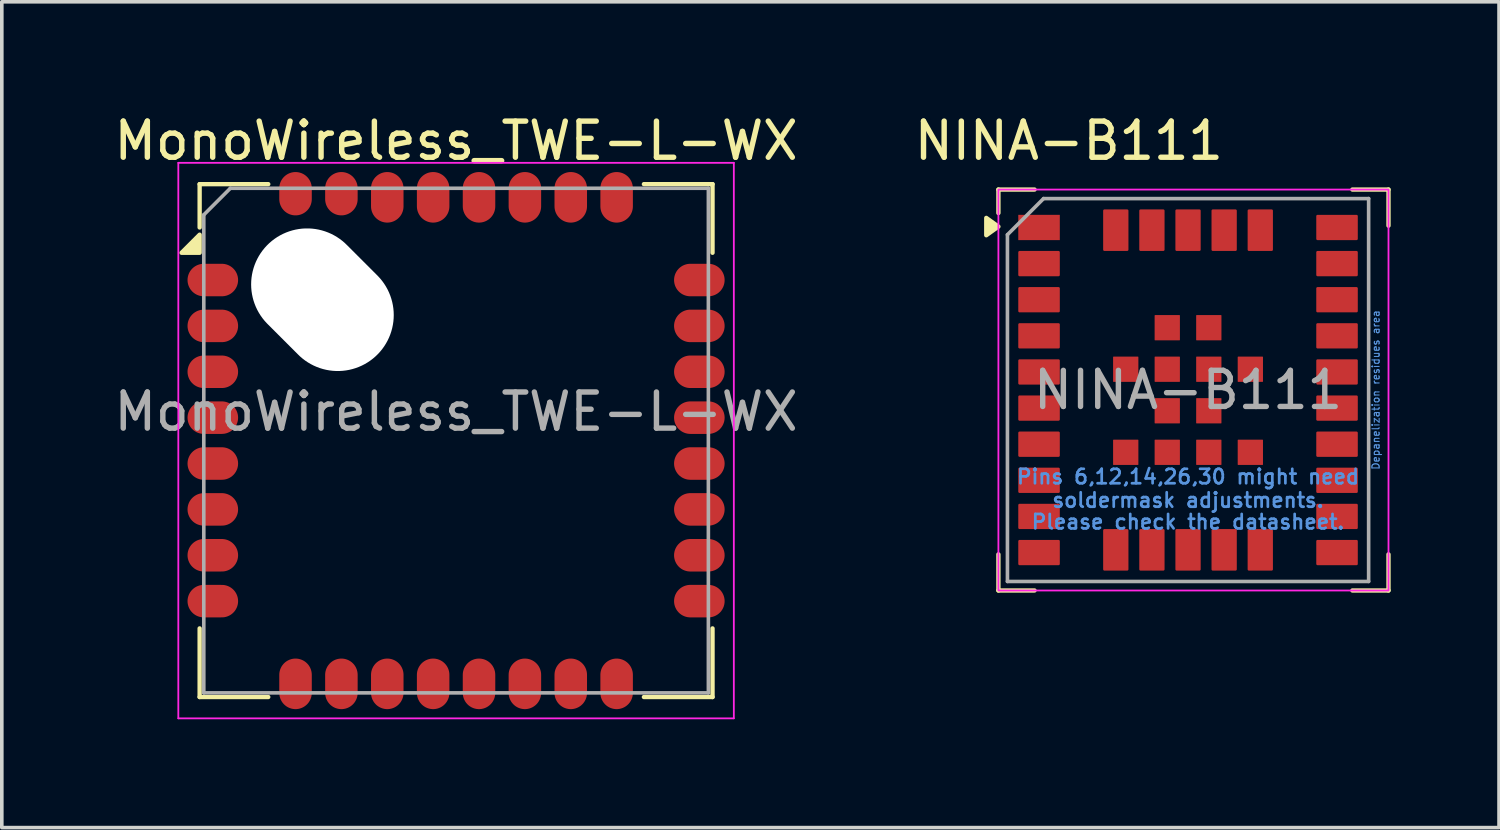
<source format=kicad_pcb>
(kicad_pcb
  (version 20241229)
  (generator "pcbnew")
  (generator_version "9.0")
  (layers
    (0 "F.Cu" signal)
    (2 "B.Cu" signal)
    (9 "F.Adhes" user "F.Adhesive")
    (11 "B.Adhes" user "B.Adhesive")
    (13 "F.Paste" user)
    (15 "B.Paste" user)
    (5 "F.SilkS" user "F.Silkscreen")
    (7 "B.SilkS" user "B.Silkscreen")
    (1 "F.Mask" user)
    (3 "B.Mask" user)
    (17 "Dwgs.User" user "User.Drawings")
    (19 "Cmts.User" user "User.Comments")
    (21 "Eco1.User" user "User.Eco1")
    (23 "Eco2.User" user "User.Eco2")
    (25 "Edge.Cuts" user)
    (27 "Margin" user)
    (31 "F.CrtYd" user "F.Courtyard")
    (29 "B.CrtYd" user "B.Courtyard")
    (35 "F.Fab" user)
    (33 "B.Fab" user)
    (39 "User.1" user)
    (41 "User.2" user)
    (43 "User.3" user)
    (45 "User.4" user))
  (footprint "MonoWireless_TWE-L-WX"
    (layer "F.Cu")
    (at 9.577 9.148)
    (property "Reference" "MonoWireless_TWE-L-WX" (at 0 -8.3 0) (layer "F.SilkS") (effects (font (size 1 1) (thickness 0.15))))
    (attr smd)
    (fp_line (start -7.1 -7.1) (end -7.1 -5.9) (stroke (width 0.12) (type solid)) (layer "F.SilkS"))
    (fp_line (start -7.1 5.2) (end -7.1 7.1) (stroke (width 0.12) (type solid)) (layer "F.SilkS"))
    (fp_line (start -7.1 7.1) (end -5.2 7.1) (stroke (width 0.12) (type solid)) (layer "F.SilkS"))
    (fp_line (start -5.2 -7.1) (end -7.1 -7.1) (stroke (width 0.12) (type solid)) (layer "F.SilkS"))
    (fp_line (start 5.2 -7.1) (end 7.1 -7.1) (stroke (width 0.12) (type solid)) (layer "F.SilkS"))
    (fp_line (start 5.2 7.1) (end 7.1 7.1) (stroke (width 0.12) (type solid)) (layer "F.SilkS"))
    (fp_line (start 7.1 -7.1) (end 7.1 -5.2) (stroke (width 0.12) (type solid)) (layer "F.SilkS"))
    (fp_line (start 7.1 7.1) (end 7.1 5.2) (stroke (width 0.12) (type solid)) (layer "F.SilkS"))
    (fp_poly (pts (xy -7.1 -5.2) (xy -7.6 -5.2) (xy -7.1 -5.7) (xy -7.1 -5.2)) (stroke (width 0.12) (type solid)) (fill yes) (layer "F.SilkS"))
    (fp_line (start -7.69 -7.69) (end -7.69 7.69) (stroke (width 0.05) (type solid)) (layer "F.CrtYd"))
    (fp_line (start -7.69 7.69) (end 7.69 7.69) (stroke (width 0.05) (type solid)) (layer "F.CrtYd"))
    (fp_line (start 7.69 -7.69) (end -7.69 -7.69) (stroke (width 0.05) (type solid)) (layer "F.CrtYd"))
    (fp_line (start 7.69 7.69) (end 7.69 -7.69) (stroke (width 0.05) (type solid)) (layer "F.CrtYd"))
    (fp_line (start -6.985 -6.25) (end -6.985 6.985) (stroke (width 0.1) (type solid)) (layer "F.Fab"))
    (fp_line (start -6.985 6.985) (end 6.985 6.985) (stroke (width 0.1) (type solid)) (layer "F.Fab"))
    (fp_line (start -6.25 -6.985) (end -6.985 -6.25) (stroke (width 0.1) (type solid)) (layer "F.Fab"))
    (fp_line (start 6.985 -6.985) (end -6.25 -6.985) (stroke (width 0.1) (type solid)) (layer "F.Fab"))
    (fp_line (start 6.985 6.985) (end 6.985 -6.985) (stroke (width 0.1) (type solid)) (layer "F.Fab"))
    (fp_text user "${REFERENCE}" (at 0 -0.8 0) (layer "F.Fab") (effects (font (size 1 1) (thickness 0.15))))
    (pad "" np_thru_hole oval (at -3.7 -3.9 315) (size 4.3 3.1) (drill oval 4.3 3.1) (layers "*.Cu" "*.Mask"))
    (pad "1" smd oval (at -6.735 -4.445 90) (size 0.9 1.4) (layers "F.Cu" "F.Mask" "F.Paste"))
    (pad "2" smd oval (at -6.735 -3.175 90) (size 0.9 1.4) (layers "F.Cu" "F.Mask" "F.Paste"))
    (pad "3" smd oval (at -6.735 -1.905 90) (size 0.9 1.4) (layers "F.Cu" "F.Mask" "F.Paste"))
    (pad "4" smd oval (at -6.735 -0.635 90) (size 0.9 1.4) (layers "F.Cu" "F.Mask" "F.Paste"))
    (pad "5" smd oval (at -6.735 0.635 90) (size 0.9 1.4) (layers "F.Cu" "F.Mask" "F.Paste"))
    (pad "6" smd oval (at -6.735 1.905 90) (size 0.9 1.4) (layers "F.Cu" "F.Mask" "F.Paste"))
    (pad "7" smd oval (at -6.735 3.175 90) (size 0.9 1.4) (layers "F.Cu" "F.Mask" "F.Paste"))
    (pad "8" smd oval (at -6.735 4.445 90) (size 0.9 1.4) (layers "F.Cu" "F.Mask" "F.Paste"))
    (pad "9" smd oval (at -4.445 6.735) (size 0.9 1.4) (layers "F.Cu" "F.Mask" "F.Paste"))
    (pad "10" smd oval (at -3.175 6.735) (size 0.9 1.4) (layers "F.Cu" "F.Mask" "F.Paste"))
    (pad "11" smd oval (at -1.905 6.735) (size 0.9 1.4) (layers "F.Cu" "F.Mask" "F.Paste"))
    (pad "12" smd oval (at -0.635 6.735) (size 0.9 1.4) (layers "F.Cu" "F.Mask" "F.Paste"))
    (pad "13" smd oval (at 0.635 6.735) (size 0.9 1.4) (layers "F.Cu" "F.Mask" "F.Paste"))
    (pad "14" smd oval (at 1.905 6.735) (size 0.9 1.4) (layers "F.Cu" "F.Mask" "F.Paste"))
    (pad "15" smd oval (at 3.175 6.735) (size 0.9 1.4) (layers "F.Cu" "F.Mask" "F.Paste"))
    (pad "16" smd oval (at 4.445 6.735) (size 0.9 1.4) (layers "F.Cu" "F.Mask" "F.Paste"))
    (pad "17" smd oval (at 6.735 4.445 90) (size 0.9 1.4) (layers "F.Cu" "F.Mask" "F.Paste"))
    (pad "18" smd oval (at 6.735 3.175 90) (size 0.9 1.4) (layers "F.Cu" "F.Mask" "F.Paste"))
    (pad "19" smd oval (at 6.735 1.905 90) (size 0.9 1.4) (layers "F.Cu" "F.Mask" "F.Paste"))
    (pad "20" smd oval (at 6.735 0.635 90) (size 0.9 1.4) (layers "F.Cu" "F.Mask" "F.Paste"))
    (pad "21" smd oval (at 6.735 -0.635 90) (size 0.9 1.4) (layers "F.Cu" "F.Mask" "F.Paste"))
    (pad "22" smd oval (at 6.735 -1.905 90) (size 0.9 1.4) (layers "F.Cu" "F.Mask" "F.Paste"))
    (pad "23" smd oval (at 6.735 -3.175 90) (size 0.9 1.4) (layers "F.Cu" "F.Mask" "F.Paste"))
    (pad "24" smd oval (at 6.735 -4.445 90) (size 0.9 1.4) (layers "F.Cu" "F.Mask" "F.Paste"))
    (pad "25" smd oval (at 4.445 -6.735) (size 0.9 1.4) (layers "F.Cu" "F.Mask" "F.Paste"))
    (pad "26" smd oval (at 3.175 -6.735) (size 0.9 1.4) (layers "F.Cu" "F.Mask" "F.Paste"))
    (pad "27" smd oval (at 1.905 -6.735) (size 0.9 1.4) (layers "F.Cu" "F.Mask" "F.Paste"))
    (pad "28" smd oval (at 0.635 -6.735) (size 0.9 1.4) (layers "F.Cu" "F.Mask" "F.Paste"))
    (pad "29" smd oval (at -0.635 -6.735) (size 0.9 1.4) (layers "F.Cu" "F.Mask" "F.Paste"))
    (pad "30" smd oval (at -1.905 -6.735) (size 0.9 1.4) (layers "F.Cu" "F.Mask" "F.Paste"))
    (pad "31" smd oval (at -3.175 -6.835) (size 0.9 1.2) (layers "F.Cu" "F.Mask" "F.Paste"))
    (pad "32" smd oval (at -4.445 -6.835) (size 0.9 1.2) (layers "F.Cu" "F.Mask" "F.Paste")))
  (footprint "NINA-B111"
    (layer "F.Cu")
    (at 29.842 7.748)
    (property "Reference" "NINA-B111" (at -3.3 -6.9 180) (layer "F.SilkS") (effects (font (size 1 1) (thickness 0.15))))
    (attr smd)
    (fp_line (start -5.25 -5.55) (end -4.25 -5.55) (stroke (width 0.12) (type solid)) (layer "F.SilkS"))
    (fp_line (start -5.25 -4.9) (end -5.25 -5.55) (stroke (width 0.12) (type solid)) (layer "F.SilkS"))
    (fp_line (start -5.25 5.55) (end -5.25 4.55) (stroke (width 0.12) (type solid)) (layer "F.SilkS"))
    (fp_line (start -4.25 5.55) (end -5.25 5.55) (stroke (width 0.12) (type solid)) (layer "F.SilkS"))
    (fp_line (start 4.55 -5.55) (end 5.55 -5.55) (stroke (width 0.12) (type solid)) (layer "F.SilkS"))
    (fp_line (start 5.55 -5.55) (end 5.55 -4.55) (stroke (width 0.12) (type solid)) (layer "F.SilkS"))
    (fp_line (start 5.55 4.55) (end 5.55 5.55) (stroke (width 0.12) (type solid)) (layer "F.SilkS"))
    (fp_line (start 5.55 5.55) (end 4.55 5.55) (stroke (width 0.12) (type solid)) (layer "F.SilkS"))
    (fp_poly (pts (xy -5.25 -4.525) (xy -5.586 -4.285) (xy -5.586 -4.765) (xy -5.25 -4.525)) (stroke (width 0.12) (type solid)) (fill yes) (layer "F.SilkS"))
    (fp_rect (start -5.25 -5.55) (end 5.55 5.55) (stroke (width 0.05) (type solid)) (fill no) (layer "F.CrtYd"))
    (fp_line (start -5 -4.3) (end -5 5.3) (stroke (width 0.1) (type solid)) (layer "F.Fab"))
    (fp_line (start -5 -4.3) (end -4 -5.3) (stroke (width 0.1) (type solid)) (layer "F.Fab"))
    (fp_line (start -5 5.3) (end 5 5.3) (stroke (width 0.1) (type solid)) (layer "F.Fab"))
    (fp_line (start 5 -5.3) (end -4 -5.3) (stroke (width 0.1) (type solid)) (layer "F.Fab"))
    (fp_line (start 5 5.3) (end 5 -5.3) (stroke (width 0.1) (type solid)) (layer "F.Fab"))
    (fp_text user "Depanelization residues area" (at 5.2 0 90) (unlocked yes) (layer "Cmts.User") (effects (font (size 0.2 0.2) (thickness 0.03))))
    (fp_text user "Please check the datasheet." (at 0 3.65 0) (unlocked yes) (layer "Cmts.User") (effects (font (size 0.4 0.4) (thickness 0.075))))
    (fp_text user "Pins 6,12,14,26,30 might need" (at 0 2.4 0) (unlocked yes) (layer "Cmts.User") (effects (font (size 0.4 0.4) (thickness 0.075))))
    (fp_text user "soldermask adjustments." (at 0 3.05 0) (unlocked yes) (layer "Cmts.User") (effects (font (size 0.4 0.4) (thickness 0.075))))
    (fp_text user "${REFERENCE}" (at 0 0 0) (unlocked yes) (layer "F.Fab") (effects (font (size 1 1) (thickness 0.15))))
    (pad "1" smd rect (at -4.125 -4.5) (size 1.15 0.7) (layers "F.Cu" "F.Mask" "F.Paste"))
    (pad "2" smd roundrect (at -4.125 -3.5) (size 1.15 0.7) (layers "F.Cu" "F.Mask" "F.Paste") (roundrect_rratio 0.05))
    (pad "3" smd roundrect (at -4.125 -2.5) (size 1.15 0.7) (layers "F.Cu" "F.Mask" "F.Paste") (roundrect_rratio 0.05))
    (pad "4" smd roundrect (at -4.125 -1.5) (size 1.15 0.7) (layers "F.Cu" "F.Mask" "F.Paste") (roundrect_rratio 0.05))
    (pad "5" smd roundrect (at -4.125 -0.5) (size 1.15 0.7) (layers "F.Cu" "F.Mask" "F.Paste") (roundrect_rratio 0.05))
    (pad "6" smd roundrect (at -4.125 0.5) (size 1.15 0.7) (layers "F.Cu" "F.Mask" "F.Paste") (roundrect_rratio 0.05))
    (pad "7" smd roundrect (at -4.125 1.5) (size 1.15 0.7) (layers "F.Cu" "F.Mask" "F.Paste") (roundrect_rratio 0.05))
    (pad "8" smd roundrect (at -4.125 2.5) (size 1.15 0.7) (layers "F.Cu" "F.Mask" "F.Paste") (roundrect_rratio 0.05))
    (pad "9" smd roundrect (at -4.125 3.5) (size 1.15 0.7) (layers "F.Cu" "F.Mask" "F.Paste") (roundrect_rratio 0.05))
    (pad "10" smd roundrect (at -4.125 4.5) (size 1.15 0.7) (layers "F.Cu" "F.Mask" "F.Paste") (roundrect_rratio 0.05))
    (pad "11" smd roundrect (at -2 4.425 90) (size 1.15 0.7) (layers "F.Cu" "F.Mask" "F.Paste") (roundrect_rratio 0.05))
    (pad "12" smd roundrect (at -1 4.425 90) (size 1.15 0.7) (layers "F.Cu" "F.Mask" "F.Paste") (roundrect_rratio 0.05))
    (pad "13" smd roundrect (at 0 4.425 90) (size 1.15 0.7) (layers "F.Cu" "F.Mask" "F.Paste") (roundrect_rratio 0.05))
    (pad "14" smd roundrect (at 1 4.425 90) (size 1.15 0.7) (layers "F.Cu" "F.Mask" "F.Paste") (roundrect_rratio 0.05))
    (pad "15" smd roundrect (at 2 4.425 90) (size 1.15 0.7) (layers "F.Cu" "F.Mask" "F.Paste") (roundrect_rratio 0.05))
    (pad "16" smd roundrect (at 4.125 4.5) (size 1.15 0.7) (layers "F.Cu" "F.Mask" "F.Paste") (roundrect_rratio 0.05))
    (pad "17" smd roundrect (at 4.125 3.5) (size 1.15 0.7) (layers "F.Cu" "F.Mask" "F.Paste") (roundrect_rratio 0.05))
    (pad "18" smd roundrect (at 4.125 2.5) (size 1.15 0.7) (layers "F.Cu" "F.Mask" "F.Paste") (roundrect_rratio 0.05))
    (pad "19" smd roundrect (at 4.125 1.5) (size 1.15 0.7) (layers "F.Cu" "F.Mask" "F.Paste") (roundrect_rratio 0.05))
    (pad "20" smd roundrect (at 4.125 0.5) (size 1.15 0.7) (layers "F.Cu" "F.Mask" "F.Paste") (roundrect_rratio 0.05))
    (pad "21" smd roundrect (at 4.125 -0.5) (size 1.15 0.7) (layers "F.Cu" "F.Mask" "F.Paste") (roundrect_rratio 0.05))
    (pad "22" smd roundrect (at 4.125 -1.5) (size 1.15 0.7) (layers "F.Cu" "F.Mask" "F.Paste") (roundrect_rratio 0.05))
    (pad "23" smd roundrect (at 4.125 -2.5) (size 1.15 0.7) (layers "F.Cu" "F.Mask" "F.Paste") (roundrect_rratio 0.05))
    (pad "24" smd roundrect (at 4.125 -3.5) (size 1.15 0.7) (layers "F.Cu" "F.Mask" "F.Paste") (roundrect_rratio 0.05))
    (pad "25" smd roundrect (at 4.125 -4.5) (size 1.15 0.7) (layers "F.Cu" "F.Mask" "F.Paste") (roundrect_rratio 0.05))
    (pad "26" smd roundrect (at 2 -4.425 90) (size 1.15 0.7) (layers "F.Cu" "F.Mask" "F.Paste") (roundrect_rratio 0.05))
    (pad "27" smd roundrect (at 1 -4.425 90) (size 1.15 0.7) (layers "F.Cu" "F.Mask" "F.Paste") (roundrect_rratio 0.05))
    (pad "28" smd roundrect (at 0 -4.425 90) (size 1.15 0.7) (layers "F.Cu" "F.Mask" "F.Paste") (roundrect_rratio 0.05))
    (pad "29" smd roundrect (at -1 -4.425 90) (size 1.15 0.7) (layers "F.Cu" "F.Mask" "F.Paste") (roundrect_rratio 0.05))
    (pad "30" smd roundrect (at -2 -4.425 90) (size 1.15 0.7) (layers "F.Cu" "F.Mask" "F.Paste") (roundrect_rratio 0.05))
    (pad "31" smd roundrect (at -0.575 -1.725 270) (size 0.7 0.7) (layers "F.Cu" "F.Mask" "F.Paste") (roundrect_rratio 0.02))
    (pad "32" smd roundrect (at 0.575 -1.725 270) (size 0.7 0.7) (layers "F.Cu" "F.Mask" "F.Paste") (roundrect_rratio 0.02))
    (pad "33" smd roundrect (at -1.725 -0.575 270) (size 0.7 0.7) (layers "F.Cu" "F.Mask" "F.Paste") (roundrect_rratio 0.02))
    (pad "34" smd roundrect (at -0.575 -0.575 270) (size 0.7 0.7) (layers "F.Cu" "F.Mask" "F.Paste") (roundrect_rratio 0.02))
    (pad "35" smd roundrect (at 0.575 -0.575 270) (size 0.7 0.7) (layers "F.Cu" "F.Mask" "F.Paste") (roundrect_rratio 0.02))
    (pad "36" smd roundrect (at 1.725 -0.575 270) (size 0.7 0.7) (layers "F.Cu" "F.Mask" "F.Paste") (roundrect_rratio 0.02))
    (pad "37" smd roundrect (at -0.575 0.575 270) (size 0.7 0.7) (layers "F.Cu" "F.Mask" "F.Paste") (roundrect_rratio 0.02))
    (pad "38" smd roundrect (at 0.575 0.575 270) (size 0.7 0.7) (layers "F.Cu" "F.Mask" "F.Paste") (roundrect_rratio 0.02))
    (pad "39" smd roundrect (at -1.725 1.725 270) (size 0.7 0.7) (layers "F.Cu" "F.Mask" "F.Paste") (roundrect_rratio 0.02))
    (pad "40" smd roundrect (at -0.575 1.725 270) (size 0.7 0.7) (layers "F.Cu" "F.Mask" "F.Paste") (roundrect_rratio 0.02))
    (pad "41" smd roundrect (at 0.575 1.725 270) (size 0.7 0.7) (layers "F.Cu" "F.Mask" "F.Paste") (roundrect_rratio 0.02))
    (pad "42" smd roundrect (at 1.725 1.725 270) (size 0.7 0.7) (layers "F.Cu" "F.Mask" "F.Paste") (roundrect_rratio 0.02))
    (zone (net_name "") (layer "F.Cu") (name "Depanelization residues area") (hatch edge 0.508) (connect_pads) (min_thickness 0.254) (filled_areas_thickness no) (keepout (tracks allowed) (vias allowed) (pads allowed) (copperpour allowed) (footprints not_allowed)) (placement (enabled no)) (fill) (polygon (pts (xy 35.192 13.048) (xy 34.842 13.048) (xy 34.842 2.448) (xy 35.192 2.448)))))
  (gr_rect
    (start -3 -3)
    (end 38.452 19.863)
    (stroke (width 0.1) (type default))
    (fill no)
    (layer "Edge.Cuts")))
</source>
